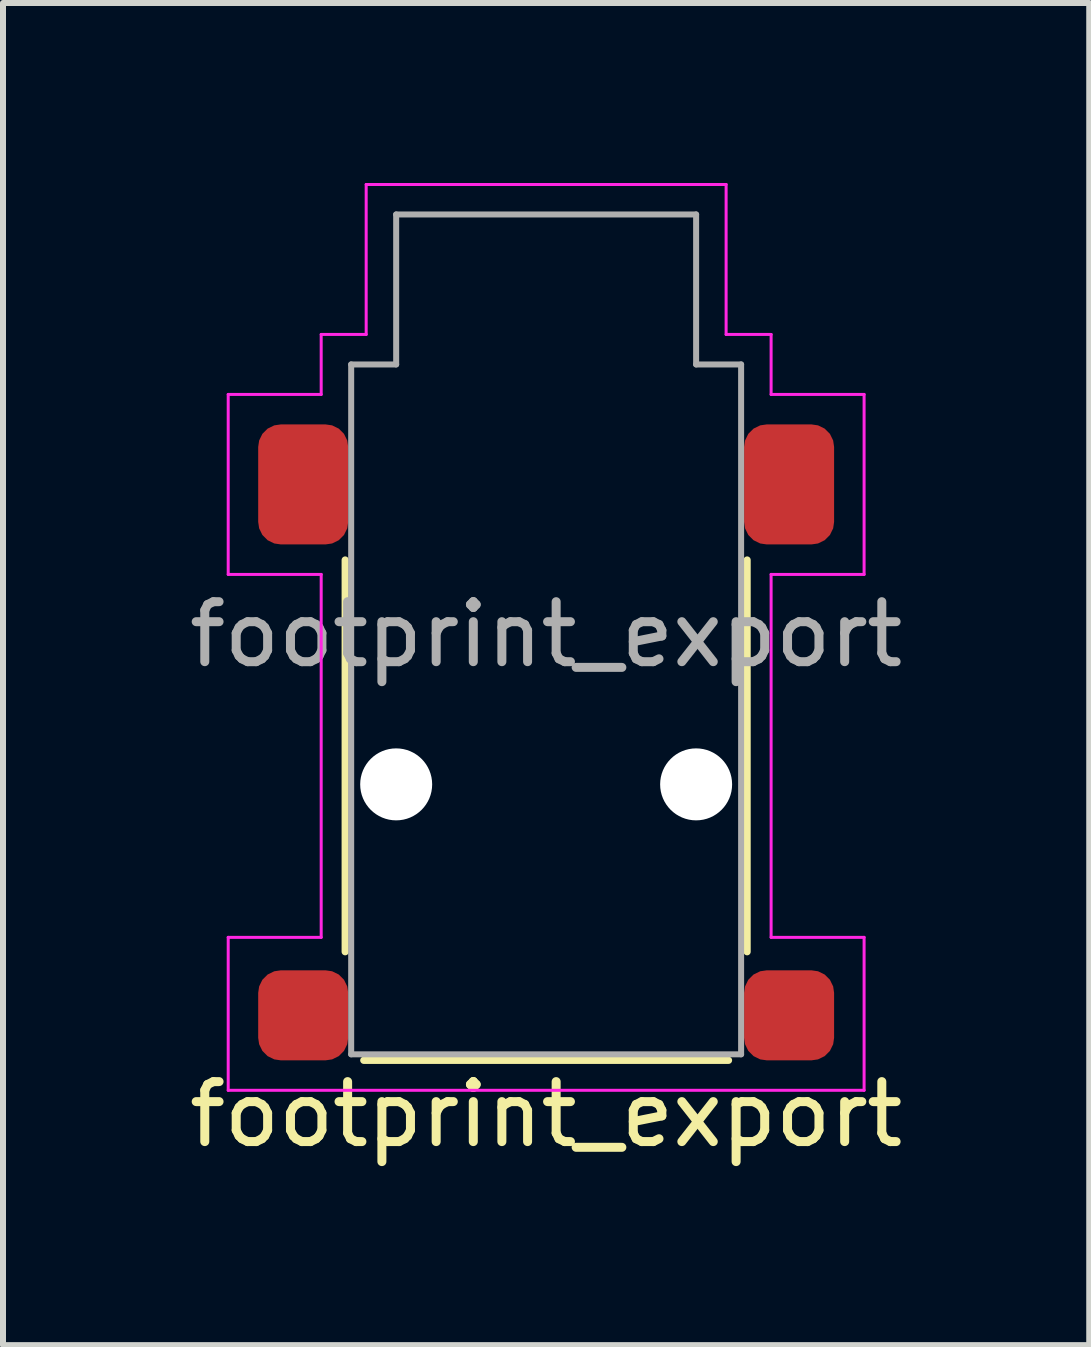
<source format=kicad_pcb>
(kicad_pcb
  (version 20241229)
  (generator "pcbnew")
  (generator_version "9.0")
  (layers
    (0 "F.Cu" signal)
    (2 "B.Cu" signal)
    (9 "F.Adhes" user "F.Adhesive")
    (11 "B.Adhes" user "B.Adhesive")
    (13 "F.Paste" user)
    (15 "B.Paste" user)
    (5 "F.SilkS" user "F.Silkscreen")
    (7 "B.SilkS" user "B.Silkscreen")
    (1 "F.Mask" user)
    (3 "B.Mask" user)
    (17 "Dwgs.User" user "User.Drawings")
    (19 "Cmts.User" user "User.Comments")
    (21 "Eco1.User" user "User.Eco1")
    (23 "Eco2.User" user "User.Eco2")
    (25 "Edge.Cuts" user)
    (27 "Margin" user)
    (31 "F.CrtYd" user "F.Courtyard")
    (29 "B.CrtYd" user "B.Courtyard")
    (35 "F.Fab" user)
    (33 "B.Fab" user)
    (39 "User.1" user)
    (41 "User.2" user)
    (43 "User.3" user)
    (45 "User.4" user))
  (footprint "footprint_export"
    (layer "F.Cu")
    (at 6.054 7.525)
    (property "Reference" "footprint_export" (at 0 8 0) (unlocked yes) (layer "F.SilkS") (effects (font (size 1 1) (thickness 0.15))))
    (attr smd)
    (fp_line (start -3.35 -1.24) (end -3.35 5.29) (stroke (width 0.12) (type solid)) (layer "F.SilkS"))
    (fp_line (start 3.04 7.1) (end -3.04 7.1) (stroke (width 0.12) (type solid)) (layer "F.SilkS"))
    (fp_line (start 3.35 -1.24) (end 3.35 5.29) (stroke (width 0.12) (type solid)) (layer "F.SilkS"))
    (fp_line (start -5.3 -4) (end -5.3 -1) (stroke (width 0.05) (type solid)) (layer "F.CrtYd"))
    (fp_line (start -5.3 -4) (end -3.75 -4) (stroke (width 0.05) (type default)) (layer "F.CrtYd"))
    (fp_line (start -5.3 -1) (end -3.75 -1) (stroke (width 0.05) (type default)) (layer "F.CrtYd"))
    (fp_line (start -5.3 5.05) (end -5.3 7.6) (stroke (width 0.05) (type solid)) (layer "F.CrtYd"))
    (fp_line (start -5.3 5.05) (end -3.75 5.05) (stroke (width 0.05) (type default)) (layer "F.CrtYd"))
    (fp_line (start -5.3 7.6) (end 5.3 7.6) (stroke (width 0.05) (type solid)) (layer "F.CrtYd"))
    (fp_line (start -3.75 -5) (end -3.75 -4) (stroke (width 0.05) (type default)) (layer "F.CrtYd"))
    (fp_line (start -3.75 -5) (end -3 -5) (stroke (width 0.05) (type default)) (layer "F.CrtYd"))
    (fp_line (start -3.75 -1) (end -3.75 5.05) (stroke (width 0.05) (type default)) (layer "F.CrtYd"))
    (fp_line (start -3 -7.5) (end -3 -5) (stroke (width 0.05) (type default)) (layer "F.CrtYd"))
    (fp_line (start -3 -7.5) (end 3 -7.5) (stroke (width 0.05) (type solid)) (layer "F.CrtYd"))
    (fp_line (start 3 -7.5) (end 3 -5) (stroke (width 0.05) (type default)) (layer "F.CrtYd"))
    (fp_line (start 3 -5) (end 3.75 -5) (stroke (width 0.05) (type default)) (layer "F.CrtYd"))
    (fp_line (start 3.75 -5) (end 3.75 -4) (stroke (width 0.05) (type default)) (layer "F.CrtYd"))
    (fp_line (start 3.75 -4) (end 5.3 -4) (stroke (width 0.05) (type default)) (layer "F.CrtYd"))
    (fp_line (start 3.75 -1) (end 3.75 5.05) (stroke (width 0.05) (type default)) (layer "F.CrtYd"))
    (fp_line (start 3.75 -1) (end 5.3 -1) (stroke (width 0.05) (type default)) (layer "F.CrtYd"))
    (fp_line (start 3.75 5.05) (end 5.3 5.05) (stroke (width 0.05) (type default)) (layer "F.CrtYd"))
    (fp_line (start 5.3 -4) (end 5.3 -1) (stroke (width 0.05) (type solid)) (layer "F.CrtYd"))
    (fp_line (start 5.3 5.05) (end 5.3 7.6) (stroke (width 0.05) (type solid)) (layer "F.CrtYd"))
    (fp_line (start -3.25 -4.5) (end -2.5 -4.5) (stroke (width 0.1) (type solid)) (layer "F.Fab"))
    (fp_line (start -3.25 7) (end -3.25 -4.5) (stroke (width 0.1) (type solid)) (layer "F.Fab"))
    (fp_line (start -3.25 7) (end 3.25 7) (stroke (width 0.1) (type solid)) (layer "F.Fab"))
    (fp_line (start -2.5 -7) (end -2.5 -4.5) (stroke (width 0.1) (type solid)) (layer "F.Fab"))
    (fp_line (start -2.5 -7) (end 2.5 -7) (stroke (width 0.1) (type solid)) (layer "F.Fab"))
    (fp_line (start 2.5 -4.5) (end 2.5 -7) (stroke (width 0.1) (type solid)) (layer "F.Fab"))
    (fp_line (start 2.5 -4.5) (end 3.25 -4.5) (stroke (width 0.1) (type solid)) (layer "F.Fab"))
    (fp_line (start 3.25 -4.5) (end 3.25 7) (stroke (width 0.1) (type solid)) (layer "F.Fab"))
    (fp_text user "${REFERENCE}" (at 0 0 0) (unlocked yes) (layer "F.Fab") (effects (font (size 1 1) (thickness 0.15))))
    (pad "" np_thru_hole circle (at -2.5 2.5) (size 1.2 1.2) (drill 1.2) (layers "*.Cu" "*.Mask"))
    (pad "" np_thru_hole circle (at 2.5 2.5) (size 1.2 1.2) (drill 1.2) (layers "*.Cu" "*.Mask"))
    (pad "R" smd roundrect (at 4.05 6.35) (size 1.5 1.5) (layers "F.Cu" "F.Mask" "F.Paste") (roundrect_rratio 0.25))
    (pad "S" smd roundrect (at -4.05 6.35) (size 1.5 1.5) (layers "F.Cu" "F.Mask" "F.Paste") (roundrect_rratio 0.25))
    (pad "T" smd roundrect (at -4.05 -2.5) (size 1.5 2) (layers "F.Cu" "F.Mask" "F.Paste") (roundrect_rratio 0.25))
    (pad "T" smd roundrect (at 4.05 -2.5) (size 1.5 2) (layers "F.Cu" "F.Mask" "F.Paste") (roundrect_rratio 0.25)))
  (gr_rect
    (start -3 -3)
    (end 15.107 19.373)
    (stroke (width 0.1) (type default))
    (fill no)
    (layer "Edge.Cuts")))
</source>
